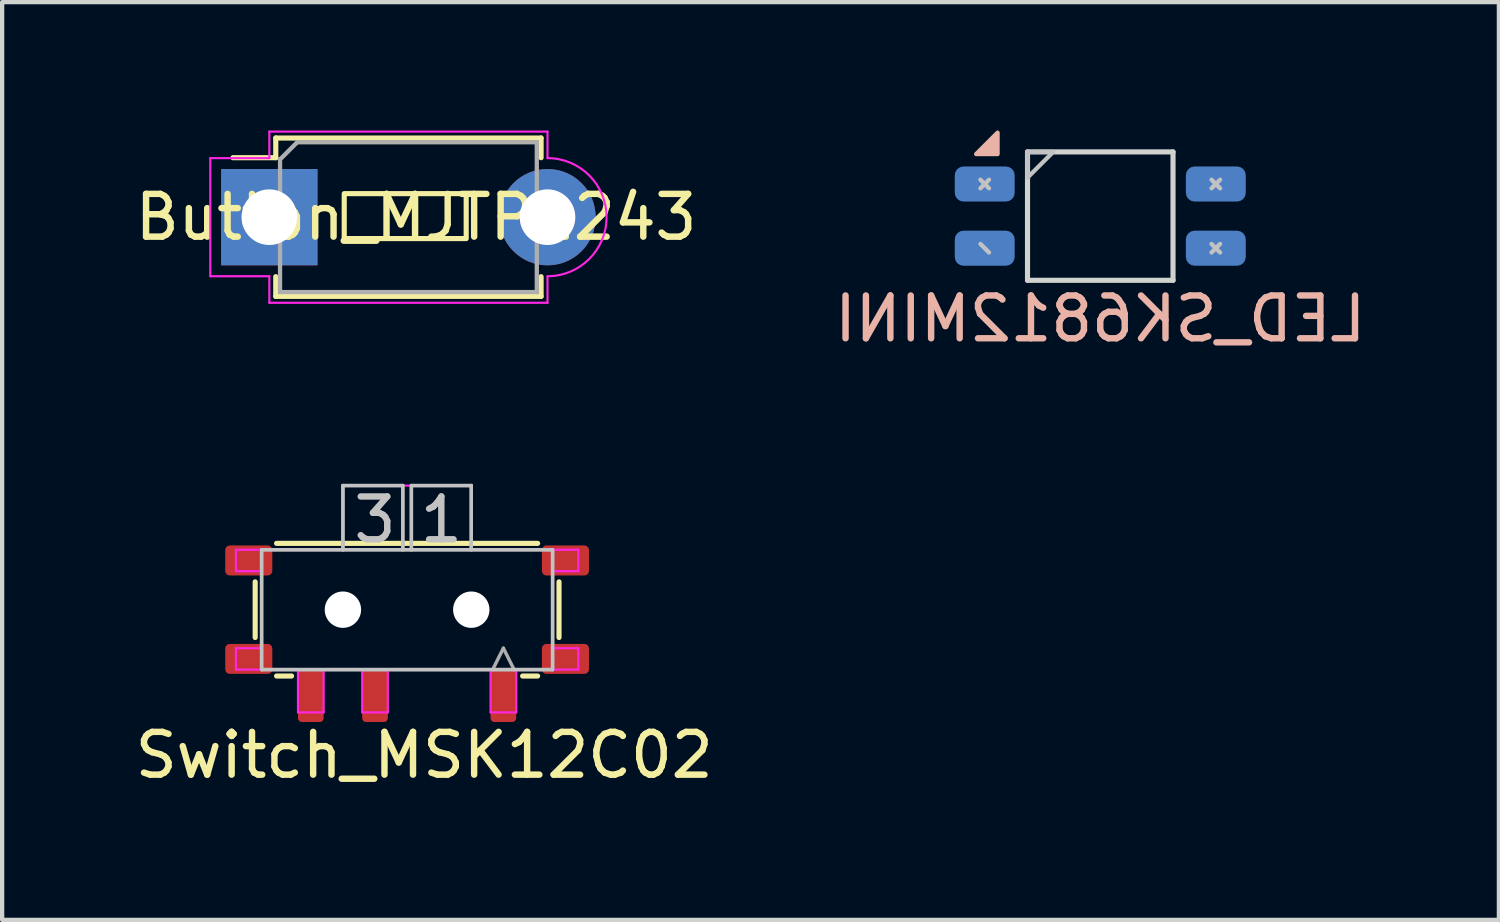
<source format=kicad_pcb>
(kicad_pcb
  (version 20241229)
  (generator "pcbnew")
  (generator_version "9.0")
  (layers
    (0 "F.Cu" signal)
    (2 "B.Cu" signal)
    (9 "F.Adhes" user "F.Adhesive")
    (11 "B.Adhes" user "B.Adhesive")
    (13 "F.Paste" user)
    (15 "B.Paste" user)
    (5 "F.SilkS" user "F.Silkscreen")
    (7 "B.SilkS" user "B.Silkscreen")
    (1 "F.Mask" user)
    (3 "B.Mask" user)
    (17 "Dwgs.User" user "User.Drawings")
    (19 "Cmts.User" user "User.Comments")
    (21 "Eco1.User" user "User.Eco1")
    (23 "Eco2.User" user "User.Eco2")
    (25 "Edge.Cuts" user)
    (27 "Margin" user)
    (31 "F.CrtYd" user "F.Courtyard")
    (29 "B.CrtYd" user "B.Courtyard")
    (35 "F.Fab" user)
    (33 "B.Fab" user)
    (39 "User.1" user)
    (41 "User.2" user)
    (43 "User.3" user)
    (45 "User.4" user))
  (footprint "LED_SK6812MINI"
    (layer "F.Cu")
    (at 22.661 2)
    (property "Reference" "LED_SK6812MINI" (at 0 2.4 0) (unlocked yes) (layer "B.SilkS") (effects (font (size 1 1) (thickness 0.15)) (justify mirror)))
    (attr smd)
    (fp_poly (pts (xy -2.4 -1.45) (xy -2.9 -1.45) (xy -2.4 -1.95)) (stroke (width 0.1) (type solid)) (fill yes) (layer "B.SilkS"))
    (fp_line (start -2.8 -0.65) (end -2.6 -0.85) (stroke (width 0.1) (type default)) (layer "Dwgs.User"))
    (fp_line (start -2.6 -0.65) (end -2.8 -0.85) (stroke (width 0.1) (type default)) (layer "Dwgs.User"))
    (fp_line (start -2.6 0.85) (end -2.8 0.65) (stroke (width 0.1) (type default)) (layer "Dwgs.User"))
    (fp_line (start 2.6 -0.65) (end 2.8 -0.85) (stroke (width 0.1) (type default)) (layer "Dwgs.User"))
    (fp_line (start 2.6 0.85) (end 2.8 0.65) (stroke (width 0.1) (type default)) (layer "Dwgs.User"))
    (fp_line (start 2.8 -0.65) (end 2.6 -0.85) (stroke (width 0.1) (type default)) (layer "Dwgs.User"))
    (fp_line (start 2.8 0.85) (end 2.6 0.65) (stroke (width 0.1) (type default)) (layer "Dwgs.User"))
    (fp_poly (pts (xy -1.1 -1.5) (xy -1.7 -1.5) (xy -1.7 -0.9)) (stroke (width 0.1) (type solid)) (fill no) (layer "Dwgs.User"))
    (fp_line (start -1.7 -1.5) (end -1.7 1.5) (stroke (width 0.12) (type solid)) (layer "Edge.Cuts"))
    (fp_line (start -1.7 1.5) (end 1.7 1.5) (stroke (width 0.12) (type solid)) (layer "Edge.Cuts"))
    (fp_line (start 1.7 -1.5) (end -1.7 -1.5) (stroke (width 0.12) (type solid)) (layer "Edge.Cuts"))
    (fp_line (start 1.7 1.5) (end 1.7 -1.5) (stroke (width 0.12) (type solid)) (layer "Edge.Cuts"))
    (pad "1" smd roundrect (at 2.7 0.75 180) (size 1.4 0.82) (layers "B.Cu" "B.Mask" "B.Paste") (roundrect_rratio 0.25))
    (pad "2" smd roundrect (at 2.7 -0.75 180) (size 1.4 0.82) (layers "B.Cu" "B.Mask" "B.Paste") (roundrect_rratio 0.25))
    (pad "3" smd roundrect (at -2.7 -0.75 180) (size 1.4 0.82) (layers "B.Cu" "B.Mask" "B.Paste") (roundrect_rratio 0.25))
    (pad "4" smd roundrect (at -2.7 0.75 180) (size 1.4 0.82) (layers "B.Cu" "B.Mask" "B.Paste") (roundrect_rratio 0.25)))
  (footprint "Switch_MSK12C02"
    (layer "F.Cu")
    (at 6.463 11.197)
    (property "Reference" "Switch_MSK12C02" (at 0.4 3.4 0) (unlocked yes) (layer "F.SilkS") (effects (font (size 1 1) (thickness 0.15))))
    (attr smd)
    (fp_line (start -3.55 -0.65) (end -3.55 0.65) (stroke (width 0.12) (type solid)) (layer "F.SilkS"))
    (fp_line (start -3.05 -1.55) (end 3.05 -1.55) (stroke (width 0.12) (type solid)) (layer "F.SilkS"))
    (fp_line (start -2.7 1.55) (end -3.05 1.55) (stroke (width 0.12) (type solid)) (layer "F.SilkS"))
    (fp_line (start 3.05 1.55) (end 2.7 1.55) (stroke (width 0.12) (type solid)) (layer "F.SilkS"))
    (fp_line (start 3.55 0.65) (end 3.55 -0.65) (stroke (width 0.12) (type solid)) (layer "F.SilkS"))
    (fp_line (start -3.4 -1.4) (end -3.4 1.4) (stroke (width 0.08) (type solid)) (layer "Dwgs.User"))
    (fp_line (start -3.4 1.4) (end 3.4 1.4) (stroke (width 0.08) (type solid)) (layer "Dwgs.User"))
    (fp_line (start -1.5 -2.9) (end -1.5 -1.4) (stroke (width 0.08) (type solid)) (layer "Dwgs.User"))
    (fp_line (start -0.1 -2.9) (end -1.5 -2.9) (stroke (width 0.08) (type solid)) (layer "Dwgs.User"))
    (fp_line (start -0.1 -1.4) (end -0.1 -2.9) (stroke (width 0.08) (type solid)) (layer "Dwgs.User"))
    (fp_line (start 0.1 -2.9) (end 1.5 -2.9) (stroke (width 0.08) (type solid)) (layer "Dwgs.User"))
    (fp_line (start 0.1 -1.4) (end 0.1 -2.9) (stroke (width 0.08) (type solid)) (layer "Dwgs.User"))
    (fp_line (start 1.5 -2.9) (end 1.5 -1.4) (stroke (width 0.08) (type solid)) (layer "Dwgs.User"))
    (fp_line (start 3.4 -1.4) (end -3.4 -1.4) (stroke (width 0.08) (type solid)) (layer "Dwgs.User"))
    (fp_line (start 3.4 1.4) (end 3.4 -1.4) (stroke (width 0.08) (type solid)) (layer "Dwgs.User"))
    (fp_line (start -4 -1.4) (end -4 -0.9) (stroke (width 0.05) (type solid)) (layer "F.CrtYd"))
    (fp_line (start -4 -1.4) (end -1.5 -1.4) (stroke (width 0.05) (type solid)) (layer "F.CrtYd"))
    (fp_line (start -4 -0.9) (end -3.4 -0.9) (stroke (width 0.05) (type solid)) (layer "F.CrtYd"))
    (fp_line (start -4 0.9) (end -4 1.4) (stroke (width 0.05) (type solid)) (layer "F.CrtYd"))
    (fp_line (start -3.4 0.9) (end -4 0.9) (stroke (width 0.05) (type solid)) (layer "F.CrtYd"))
    (fp_line (start -3.4 0.9) (end -3.4 -0.9) (stroke (width 0.05) (type solid)) (layer "F.CrtYd"))
    (fp_line (start -2.55 1.4) (end -4 1.4) (stroke (width 0.05) (type solid)) (layer "F.CrtYd"))
    (fp_line (start -2.55 2.4) (end -2.55 1.4) (stroke (width 0.05) (type solid)) (layer "F.CrtYd"))
    (fp_line (start -2.55 2.4) (end -1.95 2.4) (stroke (width 0.05) (type solid)) (layer "F.CrtYd"))
    (fp_line (start -1.95 1.4) (end -1.05 1.4) (stroke (width 0.05) (type solid)) (layer "F.CrtYd"))
    (fp_line (start -1.95 2.4) (end -1.95 1.4) (stroke (width 0.05) (type solid)) (layer "F.CrtYd"))
    (fp_line (start -1.5 -2.9) (end 1.5 -2.9) (stroke (width 0.05) (type solid)) (layer "F.CrtYd"))
    (fp_line (start -1.5 -1.4) (end -1.5 -2.9) (stroke (width 0.05) (type solid)) (layer "F.CrtYd"))
    (fp_line (start -1.05 2.4) (end -1.05 1.4) (stroke (width 0.05) (type solid)) (layer "F.CrtYd"))
    (fp_line (start -1.05 2.4) (end -0.45 2.4) (stroke (width 0.05) (type solid)) (layer "F.CrtYd"))
    (fp_line (start -0.45 1.4) (end 1.95 1.4) (stroke (width 0.05) (type solid)) (layer "F.CrtYd"))
    (fp_line (start -0.45 2.4) (end -0.45 1.4) (stroke (width 0.05) (type solid)) (layer "F.CrtYd"))
    (fp_line (start 1.5 -2.9) (end 1.5 -1.4) (stroke (width 0.05) (type solid)) (layer "F.CrtYd"))
    (fp_line (start 1.5 -1.4) (end 4 -1.4) (stroke (width 0.05) (type solid)) (layer "F.CrtYd"))
    (fp_line (start 1.95 2.4) (end 1.95 1.4) (stroke (width 0.05) (type solid)) (layer "F.CrtYd"))
    (fp_line (start 1.95 2.4) (end 2.55 2.4) (stroke (width 0.05) (type solid)) (layer "F.CrtYd"))
    (fp_line (start 2.55 1.4) (end 4 1.4) (stroke (width 0.05) (type solid)) (layer "F.CrtYd"))
    (fp_line (start 2.55 2.4) (end 2.55 1.4) (stroke (width 0.05) (type solid)) (layer "F.CrtYd"))
    (fp_line (start 3.4 -0.9) (end 4 -0.9) (stroke (width 0.05) (type solid)) (layer "F.CrtYd"))
    (fp_line (start 3.4 0.9) (end 3.4 -0.9) (stroke (width 0.05) (type solid)) (layer "F.CrtYd"))
    (fp_line (start 4 -0.9) (end 4 -1.4) (stroke (width 0.05) (type solid)) (layer "F.CrtYd"))
    (fp_line (start 4 0.9) (end 3.4 0.9) (stroke (width 0.05) (type solid)) (layer "F.CrtYd"))
    (fp_line (start 4 1.4) (end 4 0.9) (stroke (width 0.05) (type solid)) (layer "F.CrtYd"))
    (fp_line (start -3.4 -1.4) (end -3.4 1.4) (stroke (width 0.08) (type solid)) (layer "F.Fab"))
    (fp_line (start -3.4 1.4) (end 3.4 1.4) (stroke (width 0.08) (type solid)) (layer "F.Fab"))
    (fp_line (start -1.5 -2.9) (end -1.5 -1.4) (stroke (width 0.08) (type solid)) (layer "F.Fab"))
    (fp_line (start -0.1 -2.9) (end -1.5 -2.9) (stroke (width 0.08) (type solid)) (layer "F.Fab"))
    (fp_line (start -0.1 -1.4) (end -0.1 -2.9) (stroke (width 0.08) (type solid)) (layer "F.Fab"))
    (fp_line (start 0.1 -2.9) (end 1.5 -2.9) (stroke (width 0.08) (type solid)) (layer "F.Fab"))
    (fp_line (start 0.1 -1.4) (end 0.1 -2.9) (stroke (width 0.08) (type solid)) (layer "F.Fab"))
    (fp_line (start 1.5 -2.9) (end 1.5 -1.4) (stroke (width 0.08) (type solid)) (layer "F.Fab"))
    (fp_line (start 2 1.4) (end 2.25 0.9) (stroke (width 0.08) (type default)) (layer "F.Fab"))
    (fp_line (start 2.25 0.9) (end 2.5 1.4) (stroke (width 0.08) (type default)) (layer "F.Fab"))
    (fp_line (start 3.4 -1.4) (end -3.4 -1.4) (stroke (width 0.08) (type solid)) (layer "F.Fab"))
    (fp_line (start 3.4 1.4) (end 3.4 -1.4) (stroke (width 0.08) (type solid)) (layer "F.Fab"))
    (fp_text user "1" (at 0.8 -2.1 0) (unlocked yes) (layer "Dwgs.User") (effects (font (size 1 1) (thickness 0.15))))
    (fp_text user "3" (at -0.75 -2.1 0) (unlocked yes) (layer "Dwgs.User") (effects (font (size 1 1) (thickness 0.15))))
    (pad "" np_thru_hole circle (at -1.5 0 180) (size 0.85 0.85) (drill 0.85) (layers "*.Cu" "*.Mask"))
    (pad "" np_thru_hole circle (at 1.5 0 180) (size 0.85 0.85) (drill 0.85) (layers "*.Cu" "*.Mask"))
    (pad "1" smd roundrect (at 2.25 2 180) (size 0.6 1.25) (layers "F.Cu" "F.Mask" "F.Paste") (roundrect_rratio 0.15))
    (pad "2" smd roundrect (at -0.75 2 180) (size 0.6 1.25) (layers "F.Cu" "F.Mask" "F.Paste") (roundrect_rratio 0.15))
    (pad "3" smd roundrect (at -2.25 2 180) (size 0.6 1.25) (layers "F.Cu" "F.Mask" "F.Paste") (roundrect_rratio 0.15))
    (pad "MP" smd roundrect (at -3.7 -1.15 270) (size 0.7 1.1) (layers "F.Cu" "F.Mask" "F.Paste") (roundrect_rratio 0.15))
    (pad "MP" smd roundrect (at -3.7 1.15 270) (size 0.7 1.1) (layers "F.Cu" "F.Mask" "F.Paste") (roundrect_rratio 0.15))
    (pad "MP" smd roundrect (at 3.7 -1.15 270) (size 0.7 1.1) (layers "F.Cu" "F.Mask" "F.Paste") (roundrect_rratio 0.15))
    (pad "MP" smd roundrect (at 3.7 1.15 270) (size 0.7 1.1) (layers "F.Cu" "F.Mask" "F.Paste") (roundrect_rratio 0.15)))
  (footprint "Button_MJTP1243"
    (layer "F.Cu")
    (at 3.244 2.025)
    (property "Reference" "Button_MJTP1243" (at 3.429 0 0) (layer "F.SilkS") (effects (font (size 1 1) (thickness 0.15))))
    (attr through_hole)
    (fp_line (start 0.15 -1.85) (end 0.15 -1.39) (stroke (width 0.12) (type default)) (layer "F.SilkS"))
    (fp_line (start 0.15 -1.39) (end -0.85 -1.39) (stroke (width 0.12) (type default)) (layer "F.SilkS"))
    (fp_line (start 0.15 1.39) (end 0.15 1.85) (stroke (width 0.12) (type solid)) (layer "F.SilkS"))
    (fp_line (start 0.15 1.85) (end 6.35 1.85) (stroke (width 0.12) (type solid)) (layer "F.SilkS"))
    (fp_line (start 6.35 -1.85) (end 0.15 -1.85) (stroke (width 0.12) (type solid)) (layer "F.SilkS"))
    (fp_line (start 6.35 -1.85) (end 6.35 -1.39) (stroke (width 0.12) (type solid)) (layer "F.SilkS"))
    (fp_line (start 6.35 1.39) (end 6.35 1.85) (stroke (width 0.12) (type solid)) (layer "F.SilkS"))
    (fp_rect (start 1.75 -0.55) (end 4.6 0.5) (stroke (width 0.12) (type default)) (fill no) (layer "F.SilkS"))
    (fp_line (start -1.38 -1.38) (end 0 -1.38) (stroke (width 0.05) (type default)) (layer "F.CrtYd"))
    (fp_line (start -1.38 1.38) (end -1.38 -1.38) (stroke (width 0.05) (type solid)) (layer "F.CrtYd"))
    (fp_line (start -1.38 1.38) (end 0 1.38) (stroke (width 0.05) (type default)) (layer "F.CrtYd"))
    (fp_line (start 0 -2) (end 0 -1.38) (stroke (width 0.05) (type default)) (layer "F.CrtYd"))
    (fp_line (start 0 -2) (end 6.5 -2) (stroke (width 0.05) (type solid)) (layer "F.CrtYd"))
    (fp_line (start 0 1.38) (end 0 2) (stroke (width 0.05) (type default)) (layer "F.CrtYd"))
    (fp_line (start 6.5 -2) (end 6.5 -1.38) (stroke (width 0.05) (type default)) (layer "F.CrtYd"))
    (fp_line (start 6.5 1.38) (end 6.5 2) (stroke (width 0.05) (type default)) (layer "F.CrtYd"))
    (fp_line (start 6.5 2) (end 0 2) (stroke (width 0.05) (type solid)) (layer "F.CrtYd"))
    (fp_arc (start 6.5 -1.38) (mid 7.88 0) (end 6.5 1.38) (stroke (width 0.05) (type default)) (layer "F.CrtYd"))
    (fp_line (start 0.25 1.75) (end 0.25 -1.35) (stroke (width 0.1) (type solid)) (layer "F.Fab"))
    (fp_line (start 0.65 -1.75) (end 0.25 -1.35) (stroke (width 0.1) (type default)) (layer "F.Fab"))
    (fp_line (start 0.65 -1.75) (end 6.25 -1.75) (stroke (width 0.1) (type solid)) (layer "F.Fab"))
    (fp_line (start 6.25 -1.75) (end 6.25 1.75) (stroke (width 0.1) (type solid)) (layer "F.Fab"))
    (fp_line (start 6.25 1.75) (end 0.25 1.75) (stroke (width 0.1) (type solid)) (layer "F.Fab"))
    (pad "1" thru_hole rect (at 0 0 90) (size 2.25 2.25) (drill 1.3) (layers "*.Cu" "*.Mask"))
    (pad "2" thru_hole circle (at 6.5 0 90) (size 2.25 2.25) (drill 1.3) (layers "*.Cu" "*.Mask")))
  (gr_rect
    (start -3 -3)
    (end 31.976 18.445)
    (stroke (width 0.1) (type default))
    (fill no)
    (layer "Edge.Cuts")))
</source>
